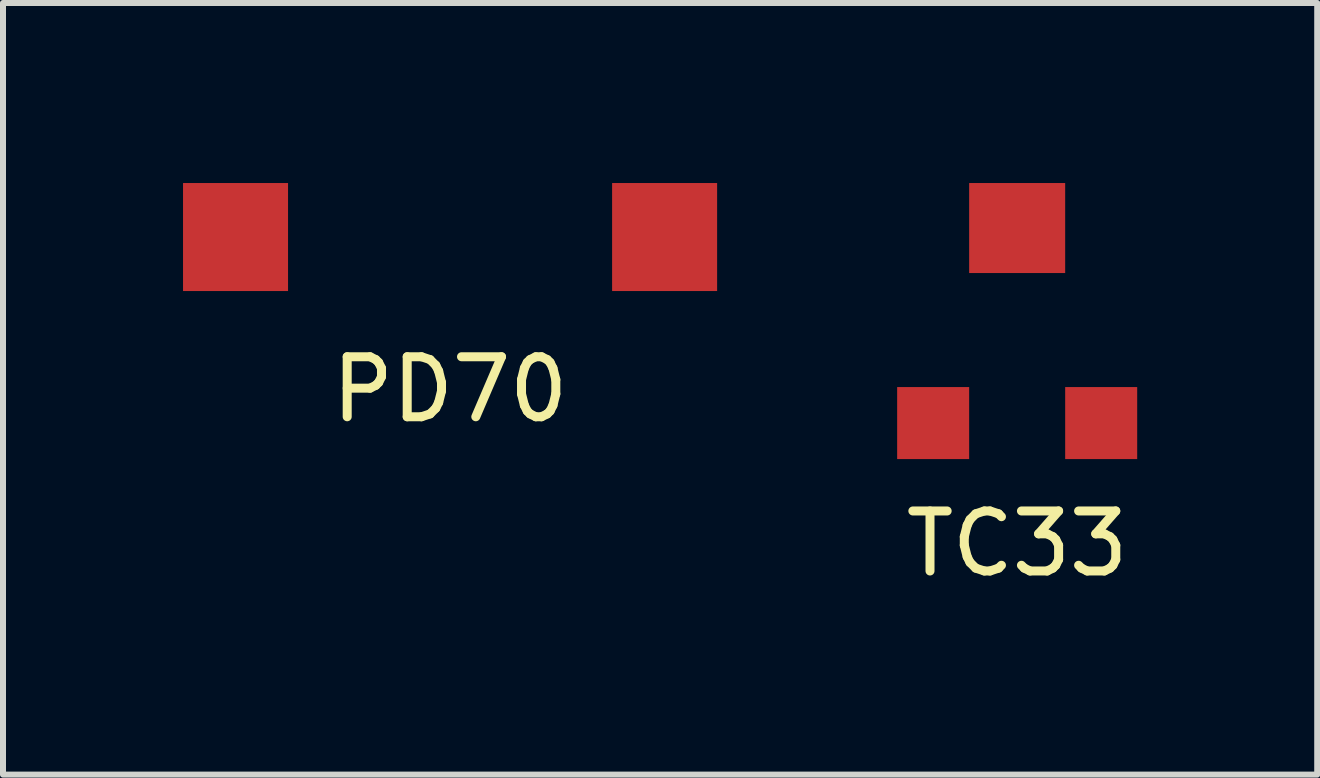
<source format=kicad_pcb>
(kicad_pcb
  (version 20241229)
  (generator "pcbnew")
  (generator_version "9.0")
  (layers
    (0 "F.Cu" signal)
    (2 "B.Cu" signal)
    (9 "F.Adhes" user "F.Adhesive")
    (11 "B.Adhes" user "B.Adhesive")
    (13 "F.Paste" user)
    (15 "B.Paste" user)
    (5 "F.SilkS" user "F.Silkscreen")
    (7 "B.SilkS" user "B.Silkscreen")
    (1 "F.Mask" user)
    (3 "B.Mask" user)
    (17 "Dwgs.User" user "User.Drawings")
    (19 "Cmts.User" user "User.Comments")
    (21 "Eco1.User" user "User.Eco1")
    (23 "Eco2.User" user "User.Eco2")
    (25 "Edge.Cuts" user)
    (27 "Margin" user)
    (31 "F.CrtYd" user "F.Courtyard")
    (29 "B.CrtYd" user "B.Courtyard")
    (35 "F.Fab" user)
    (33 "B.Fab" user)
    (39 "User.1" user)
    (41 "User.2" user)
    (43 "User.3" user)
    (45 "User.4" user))
  (footprint "TC33"
    (layer "F.Cu")
    (at 13.9 2.2)
    (property "Reference" "TC33" (at 0 3.81 0) (layer "F.SilkS") (effects (font (size 1 1) (thickness 0.15))))
    (attr through_hole)
    (pad "1" smd rect (at -1.4 1.8) (size 1.2 1.2) (layers "F.Cu" "F.Mask" "F.Paste"))
    (pad "2" smd rect (at 0 -1.45) (size 1.6 1.5) (layers "F.Cu" "F.Mask" "F.Paste"))
    (pad "3" smd rect (at 1.4 1.8) (size 1.2 1.2) (layers "F.Cu" "F.Mask" "F.Paste")))
  (footprint "PD70"
    (layer "F.Cu")
    (at 4.45 0.9)
    (property "Reference" "PD70" (at 0 2.54 0) (layer "F.SilkS") (effects (font (size 1 1) (thickness 0.15))))
    (attr through_hole)
    (pad "1" smd rect (at -3.575 0) (size 1.75 1.8) (layers "F.Cu" "F.Mask" "F.Paste"))
    (pad "2" smd rect (at 3.575 0) (size 1.75 1.8) (layers "F.Cu" "F.Mask" "F.Paste")))
  (gr_rect
    (start -3 -3)
    (end 18.9 9.858)
    (stroke (width 0.1) (type default))
    (fill no)
    (layer "Edge.Cuts")))
</source>
